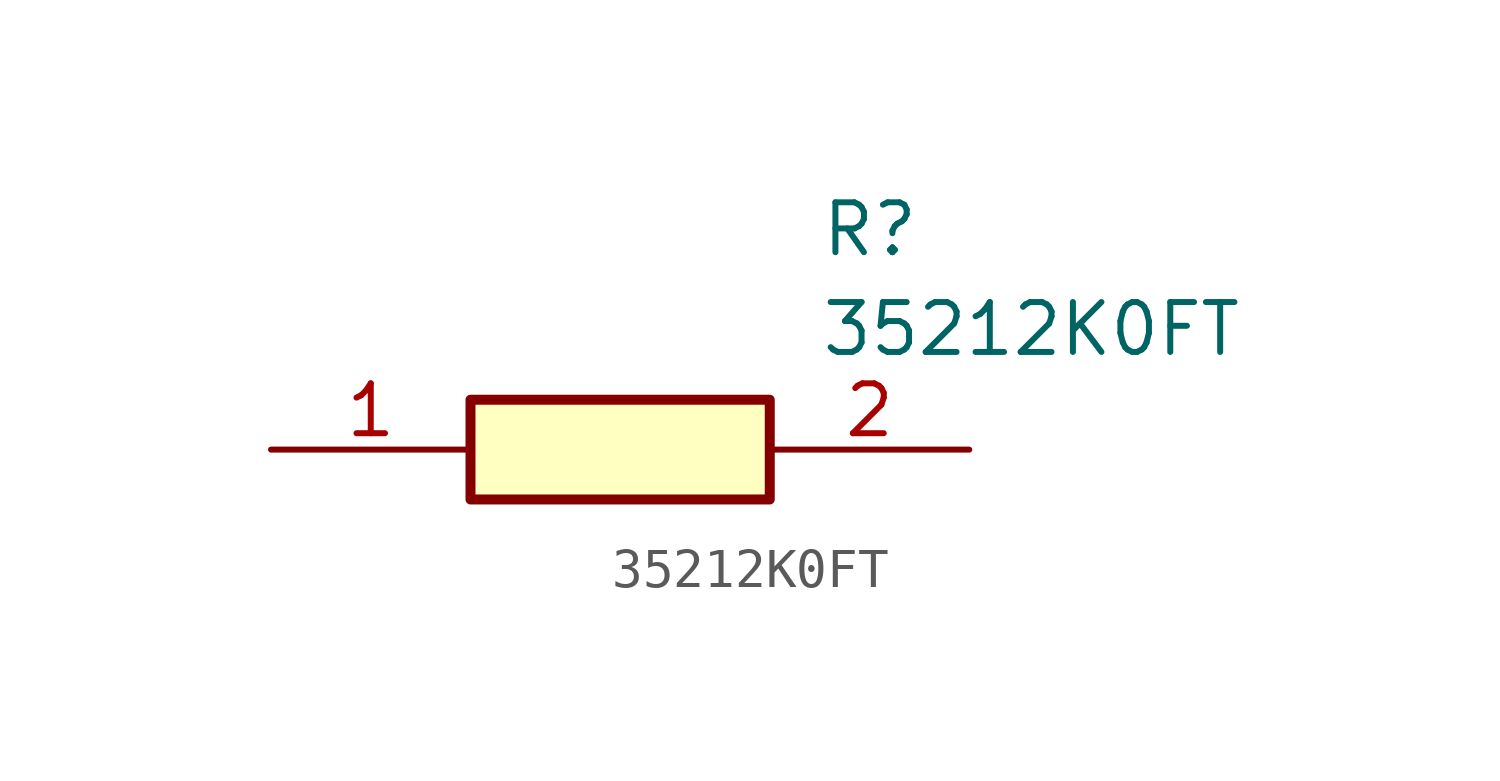
<source format=kicad_sym>
(kicad_symbol_lib
  (version 20211014)
  (generator SamacSys_ECAD_Model)
  (symbol "35212K0FT"
    (pin_names hide)
    (property "Reference" "R"
      (at 13.97 6.35 0)
      (effects (font (size 1.27 1.27)) (justify left top)))
    (property "Value" "35212K0FT"
      (at 13.97 3.81 0)
      (effects (font (size 1.27 1.27)) (justify left top)))
    (rectangle
      (start 5.08 1.27)
      (end 12.7 -1.27)
      (stroke (width 0.254) (type default))
      (fill (type background)))
    (pin passive line
      (at 0 0 0)
      (length 5.08)
      (name "1" (effects (font (size 1.27 1.27))))
      (number "1" (effects (font (size 1.27 1.27)))))
    (pin passive line
      (at 17.78 0 180)
      (length 5.08)
      (name "2" (effects (font (size 1.27 1.27))))
      (number "2" (effects (font (size 1.27 1.27)))))))
</source>
